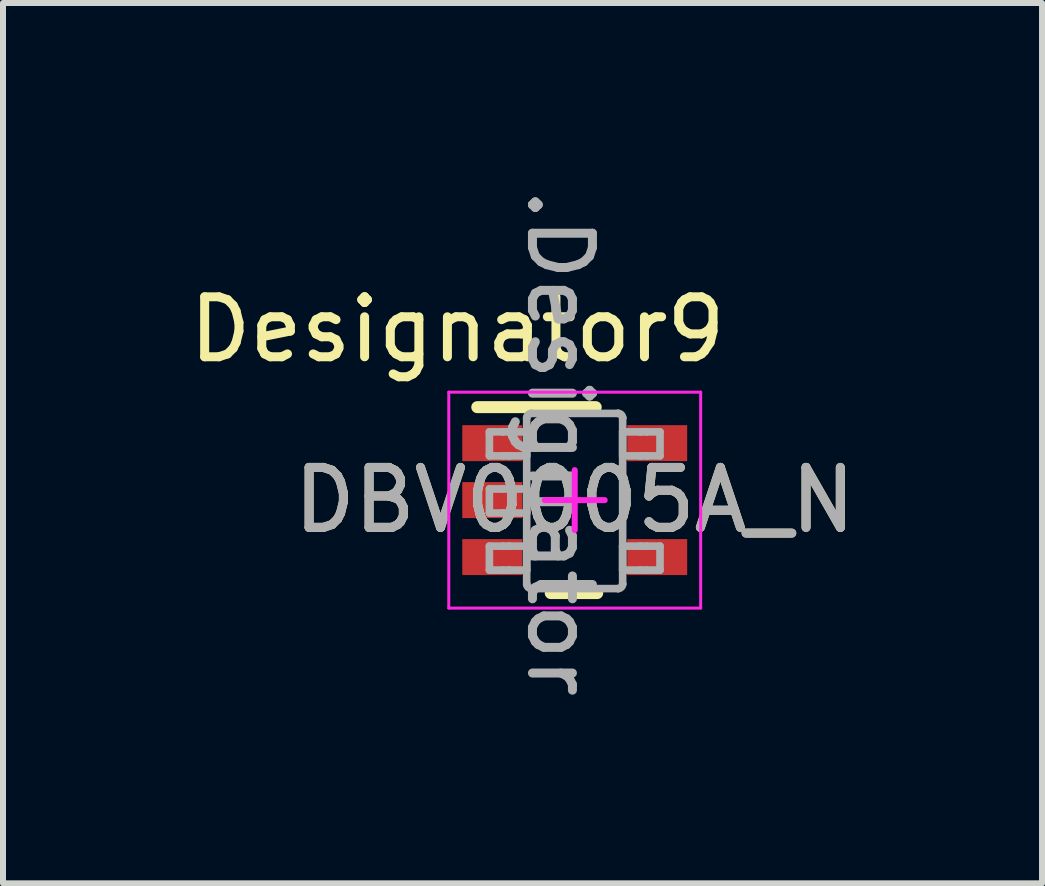
<source format=kicad_pcb>
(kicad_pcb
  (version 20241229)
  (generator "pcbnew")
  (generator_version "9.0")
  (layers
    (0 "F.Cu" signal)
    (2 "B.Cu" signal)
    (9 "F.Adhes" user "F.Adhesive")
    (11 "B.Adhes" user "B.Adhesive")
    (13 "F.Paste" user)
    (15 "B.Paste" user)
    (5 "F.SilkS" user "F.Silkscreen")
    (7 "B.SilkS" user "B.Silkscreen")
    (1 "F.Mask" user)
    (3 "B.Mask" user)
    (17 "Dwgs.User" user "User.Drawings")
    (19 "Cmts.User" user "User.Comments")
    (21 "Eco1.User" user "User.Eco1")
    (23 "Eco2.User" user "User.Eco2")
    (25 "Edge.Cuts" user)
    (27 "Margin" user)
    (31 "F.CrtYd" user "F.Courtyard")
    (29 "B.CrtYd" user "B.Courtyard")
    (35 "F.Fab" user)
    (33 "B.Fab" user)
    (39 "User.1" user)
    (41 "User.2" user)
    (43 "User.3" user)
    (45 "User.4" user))
  (footprint "DBV0005A_N"
    (layer "F.Cu")
    (at 6.533 5.289)
    (property "Reference" "DBV0005A_N" (at 0 0 0) (unlocked yes) (layer "F.SilkS") (effects (font (size 1 1) (thickness 0.15))))
    (attr smd)
    (fp_line (start -1.625 -1.55) (end 0.35 -1.55) (stroke (width 0.2) (type solid)) (layer "F.SilkS"))
    (fp_line (start -0.4 1.55) (end 0.375 1.55) (stroke (width 0.2) (type solid)) (layer "F.SilkS"))
    (fp_line (start -2.1 -1.8) (end 2.1 -1.8) (stroke (width 0.05) (type solid)) (layer "F.CrtYd"))
    (fp_line (start -2.1 1.8) (end -2.1 -1.8) (stroke (width 0.05) (type solid)) (layer "F.CrtYd"))
    (fp_line (start -2.1 1.8) (end 2.1 1.8) (stroke (width 0.05) (type solid)) (layer "F.CrtYd"))
    (fp_line (start -0.5 0) (end 0.5 0) (stroke (width 0.1) (type solid)) (layer "F.CrtYd"))
    (fp_line (start 0 0.5) (end 0 -0.5) (stroke (width 0.1) (type solid)) (layer "F.CrtYd"))
    (fp_line (start 2.1 1.8) (end 2.1 -1.8) (stroke (width 0.05) (type solid)) (layer "F.CrtYd"))
    (fp_line (start -1.423 -1.138) (end -1.199 -1.138) (stroke (width 0.127) (type solid)) (layer "F.Fab"))
    (fp_line (start -1.423 -0.738) (end -1.423 -1.138) (stroke (width 0.127) (type solid)) (layer "F.Fab"))
    (fp_line (start -1.423 -0.738) (end -1.199 -0.738) (stroke (width 0.127) (type solid)) (layer "F.Fab"))
    (fp_line (start -1.423 -0.186) (end -1.199 -0.186) (stroke (width 0.127) (type solid)) (layer "F.Fab"))
    (fp_line (start -1.423 0.215) (end -1.423 -0.186) (stroke (width 0.127) (type solid)) (layer "F.Fab"))
    (fp_line (start -1.423 0.215) (end -1.199 0.215) (stroke (width 0.127) (type solid)) (layer "F.Fab"))
    (fp_line (start -1.423 0.767) (end -1.199 0.767) (stroke (width 0.127) (type solid)) (layer "F.Fab"))
    (fp_line (start -1.423 1.167) (end -1.423 0.767) (stroke (width 0.127) (type solid)) (layer "F.Fab"))
    (fp_line (start -1.423 1.167) (end -1.199 1.167) (stroke (width 0.127) (type solid)) (layer "F.Fab"))
    (fp_line (start -1.199 -1.138) (end -1.105 -1.138) (stroke (width 0.127) (type solid)) (layer "F.Fab"))
    (fp_line (start -1.199 -0.738) (end -1.105 -0.738) (stroke (width 0.127) (type solid)) (layer "F.Fab"))
    (fp_line (start -1.199 -0.186) (end -1.105 -0.186) (stroke (width 0.127) (type solid)) (layer "F.Fab"))
    (fp_line (start -1.199 0.215) (end -1.105 0.215) (stroke (width 0.127) (type solid)) (layer "F.Fab"))
    (fp_line (start -1.199 0.767) (end -1.105 0.767) (stroke (width 0.127) (type solid)) (layer "F.Fab"))
    (fp_line (start -1.199 1.167) (end -1.105 1.167) (stroke (width 0.127) (type solid)) (layer "F.Fab"))
    (fp_line (start -1.105 -1.138) (end -1.088 -1.138) (stroke (width 0.127) (type solid)) (layer "F.Fab"))
    (fp_line (start -1.105 -0.738) (end -1.088 -0.738) (stroke (width 0.127) (type solid)) (layer "F.Fab"))
    (fp_line (start -1.105 -0.186) (end -1.088 -0.186) (stroke (width 0.127) (type solid)) (layer "F.Fab"))
    (fp_line (start -1.105 0.215) (end -1.088 0.215) (stroke (width 0.127) (type solid)) (layer "F.Fab"))
    (fp_line (start -1.105 0.767) (end -1.088 0.767) (stroke (width 0.127) (type solid)) (layer "F.Fab"))
    (fp_line (start -1.105 1.167) (end -1.088 1.167) (stroke (width 0.127) (type solid)) (layer "F.Fab"))
    (fp_line (start -1.088 -1.138) (end -0.835 -1.138) (stroke (width 0.127) (type solid)) (layer "F.Fab"))
    (fp_line (start -1.088 -0.738) (end -0.835 -0.738) (stroke (width 0.127) (type solid)) (layer "F.Fab"))
    (fp_line (start -1.088 -0.186) (end -0.835 -0.186) (stroke (width 0.127) (type solid)) (layer "F.Fab"))
    (fp_line (start -1.088 0.215) (end -0.835 0.215) (stroke (width 0.127) (type solid)) (layer "F.Fab"))
    (fp_line (start -1.088 0.767) (end -0.835 0.767) (stroke (width 0.127) (type solid)) (layer "F.Fab"))
    (fp_line (start -1.088 1.167) (end -0.835 1.167) (stroke (width 0.127) (type solid)) (layer "F.Fab"))
    (fp_line (start -0.835 -1.138) (end -0.801 -1.138) (stroke (width 0.127) (type solid)) (layer "F.Fab"))
    (fp_line (start -0.835 -0.738) (end -0.801 -0.738) (stroke (width 0.127) (type solid)) (layer "F.Fab"))
    (fp_line (start -0.835 -0.186) (end -0.801 -0.186) (stroke (width 0.127) (type solid)) (layer "F.Fab"))
    (fp_line (start -0.835 0.215) (end -0.801 0.215) (stroke (width 0.127) (type solid)) (layer "F.Fab"))
    (fp_line (start -0.835 0.767) (end -0.801 0.767) (stroke (width 0.127) (type solid)) (layer "F.Fab"))
    (fp_line (start -0.835 1.167) (end -0.801 1.167) (stroke (width 0.127) (type solid)) (layer "F.Fab"))
    (fp_line (start -0.801 -1.37) (end -0.801 -1.371) (stroke (width 0.127) (type solid)) (layer "F.Fab"))
    (fp_line (start -0.801 -0.738) (end -0.801 -1.138) (stroke (width 0.127) (type solid)) (layer "F.Fab"))
    (fp_line (start -0.801 0.215) (end -0.801 -0.186) (stroke (width 0.127) (type solid)) (layer "F.Fab"))
    (fp_line (start -0.801 1.167) (end -0.801 0.767) (stroke (width 0.127) (type solid)) (layer "F.Fab"))
    (fp_line (start -0.801 1.399) (end -0.801 -1.37) (stroke (width 0.127) (type solid)) (layer "F.Fab"))
    (fp_line (start -0.801 1.4) (end -0.801 1.399) (stroke (width 0.127) (type solid)) (layer "F.Fab"))
    (fp_line (start -0.725 -1.446) (end -0.725 -1.446) (stroke (width 0.127) (type solid)) (layer "F.Fab"))
    (fp_line (start -0.725 1.475) (end -0.725 1.475) (stroke (width 0.127) (type solid)) (layer "F.Fab"))
    (fp_line (start -0.725 -1.446) (end 0.723 -1.446) (stroke (width 0.127) (type solid)) (layer "F.Fab"))
    (fp_line (start -0.725 1.475) (end 0.723 1.475) (stroke (width 0.127) (type solid)) (layer "F.Fab"))
    (fp_line (start 0.723 -1.446) (end 0.724 -1.446) (stroke (width 0.127) (type solid)) (layer "F.Fab"))
    (fp_line (start 0.723 1.475) (end 0.724 1.475) (stroke (width 0.127) (type solid)) (layer "F.Fab"))
    (fp_line (start 0.799 -1.37) (end 0.799 -1.371) (stroke (width 0.127) (type solid)) (layer "F.Fab"))
    (fp_line (start 0.799 -1.138) (end 0.834 -1.138) (stroke (width 0.127) (type solid)) (layer "F.Fab"))
    (fp_line (start 0.799 -0.738) (end 0.799 -1.138) (stroke (width 0.127) (type solid)) (layer "F.Fab"))
    (fp_line (start 0.799 -0.738) (end 0.834 -0.738) (stroke (width 0.127) (type solid)) (layer "F.Fab"))
    (fp_line (start 0.799 0.767) (end 0.834 0.767) (stroke (width 0.127) (type solid)) (layer "F.Fab"))
    (fp_line (start 0.799 1.167) (end 0.799 0.767) (stroke (width 0.127) (type solid)) (layer "F.Fab"))
    (fp_line (start 0.799 1.167) (end 0.834 1.167) (stroke (width 0.127) (type solid)) (layer "F.Fab"))
    (fp_line (start 0.799 1.399) (end 0.799 -1.37) (stroke (width 0.127) (type solid)) (layer "F.Fab"))
    (fp_line (start 0.799 1.4) (end 0.799 1.399) (stroke (width 0.127) (type solid)) (layer "F.Fab"))
    (fp_line (start 0.834 -1.138) (end 1.087 -1.138) (stroke (width 0.127) (type solid)) (layer "F.Fab"))
    (fp_line (start 0.834 -0.738) (end 1.087 -0.738) (stroke (width 0.127) (type solid)) (layer "F.Fab"))
    (fp_line (start 0.834 0.767) (end 1.087 0.767) (stroke (width 0.127) (type solid)) (layer "F.Fab"))
    (fp_line (start 0.834 1.167) (end 1.087 1.167) (stroke (width 0.127) (type solid)) (layer "F.Fab"))
    (fp_line (start 1.087 -1.138) (end 1.103 -1.138) (stroke (width 0.127) (type solid)) (layer "F.Fab"))
    (fp_line (start 1.087 -0.738) (end 1.103 -0.738) (stroke (width 0.127) (type solid)) (layer "F.Fab"))
    (fp_line (start 1.087 0.767) (end 1.103 0.767) (stroke (width 0.127) (type solid)) (layer "F.Fab"))
    (fp_line (start 1.087 1.167) (end 1.103 1.167) (stroke (width 0.127) (type solid)) (layer "F.Fab"))
    (fp_line (start 1.103 -1.138) (end 1.198 -1.138) (stroke (width 0.127) (type solid)) (layer "F.Fab"))
    (fp_line (start 1.103 -0.738) (end 1.198 -0.738) (stroke (width 0.127) (type solid)) (layer "F.Fab"))
    (fp_line (start 1.103 0.767) (end 1.198 0.767) (stroke (width 0.127) (type solid)) (layer "F.Fab"))
    (fp_line (start 1.103 1.167) (end 1.198 1.167) (stroke (width 0.127) (type solid)) (layer "F.Fab"))
    (fp_line (start 1.198 -1.138) (end 1.422 -1.138) (stroke (width 0.127) (type solid)) (layer "F.Fab"))
    (fp_line (start 1.198 -0.738) (end 1.422 -0.738) (stroke (width 0.127) (type solid)) (layer "F.Fab"))
    (fp_line (start 1.198 0.767) (end 1.422 0.767) (stroke (width 0.127) (type solid)) (layer "F.Fab"))
    (fp_line (start 1.198 1.167) (end 1.422 1.167) (stroke (width 0.127) (type solid)) (layer "F.Fab"))
    (fp_line (start 1.422 -0.738) (end 1.422 -1.138) (stroke (width 0.127) (type solid)) (layer "F.Fab"))
    (fp_line (start 1.422 1.167) (end 1.422 0.767) (stroke (width 0.127) (type solid)) (layer "F.Fab"))
    (fp_arc (start -0.80074 -1.37084) (mid -0.778218 -1.423887) (end -0.724999 -1.445998) (stroke (width 0.127) (type solid)) (layer "F.Fab"))
    (fp_arc (start -0.724999 1.475) (mid -0.778213 1.452901) (end -0.80074 1.399867) (stroke (width 0.127) (type solid)) (layer "F.Fab"))
    (fp_arc (start 0.723714 -1.445998) (mid 0.776933 -1.423887) (end 0.799455 -1.37084) (stroke (width 0.127) (type solid)) (layer "F.Fab"))
    (fp_arc (start 0.799455 1.399868) (mid 0.776927 1.452901) (end 0.723713 1.475) (stroke (width 0.127) (type solid)) (layer "F.Fab"))
    (fp_text user "Designator9" (at -1.956 -2.845 0) (unlocked yes) (layer "F.SilkS") (effects (font (size 1 1) (thickness 0.15))))
    (fp_text user ".Designator" (at -0.25 -0.95 270) (unlocked yes) (layer "F.Fab") (effects (font (size 1 1) (thickness 0.15))))
    (fp_text user "${REFERENCE}" (at 0 0 0) (unlocked yes) (layer "F.Fab") (effects (font (size 1 1) (thickness 0.15))))
    (pad "1" smd rect (at -1.375 -0.95 90) (size 0.6 1) (layers "F.Cu" "F.Mask" "F.Paste"))
    (pad "2" smd rect (at -1.375 0 90) (size 0.6 1) (layers "F.Cu" "F.Mask" "F.Paste"))
    (pad "3" smd rect (at -1.375 0.95 90) (size 0.6 1) (layers "F.Cu" "F.Mask" "F.Paste"))
    (pad "4" smd rect (at 1.375 0.95 90) (size 0.6 1) (layers "F.Cu" "F.Mask" "F.Paste"))
    (pad "5" smd rect (at 1.375 -0.95 90) (size 0.6 1) (layers "F.Cu" "F.Mask" "F.Paste")))
  (gr_rect
    (start -3 -3)
    (end 14.325 11.679)
    (stroke (width 0.1) (type default))
    (fill no)
    (layer "Edge.Cuts")))
</source>
